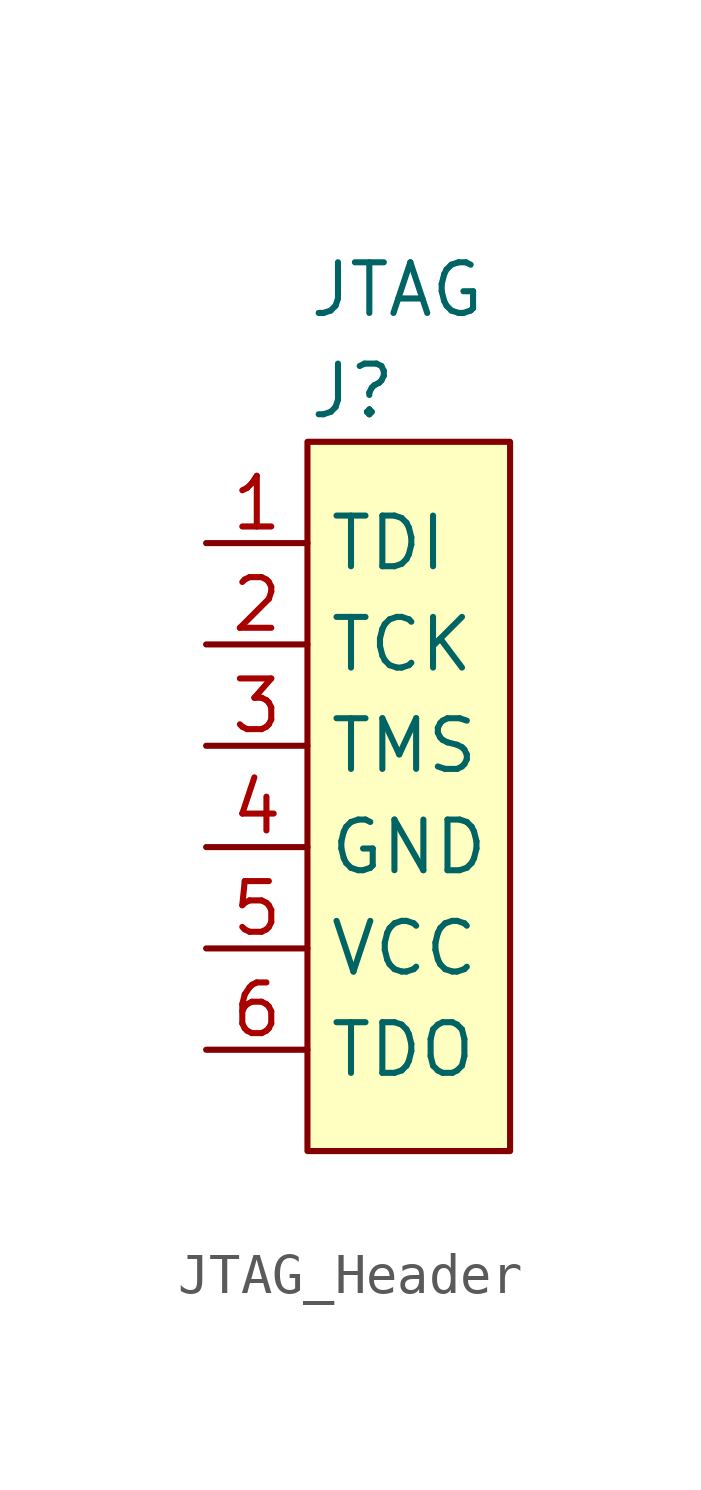
<source format=kicad_sym>
(kicad_symbol_lib
  (version 20220914)
  (generator kicad_symbol_editor)
  (symbol "JTAG_Header"
    (property "Reference" "J"
      (at -2.54 3.81 0)
      (do_not_autoplace)
      (effects (font (size 1.27 1.27)) (justify left)))
    (property "Value" "JTAG"
      (at -2.54 6.35 0)
      (do_not_autoplace)
      (effects (font (size 1.27 1.27)) (justify left)))
    (symbol "JTAG_Header_1_1"
      (rectangle (start -2.54 2.54) (end 2.54 -15.24) (stroke (width 0) (type default)) (fill (type background)))
      (pin bidirectional line (at -5.08 0 0) (length 2.54) (name "TDI" (effects (font (size 1.27 1.27)))) (number "1" (effects (font (size 1.27 1.27)))))
      (pin bidirectional line (at -5.08 -2.54 0) (length 2.54) (name "TCK" (effects (font (size 1.27 1.27)))) (number "2" (effects (font (size 1.27 1.27)))))
      (pin bidirectional line (at -5.08 -5.08 0) (length 2.54) (name "TMS" (effects (font (size 1.27 1.27)))) (number "3" (effects (font (size 1.27 1.27)))))
      (pin power_in line (at -5.08 -7.62 0) (length 2.54) (name "GND" (effects (font (size 1.27 1.27)))) (number "4" (effects (font (size 1.27 1.27)))))
      (pin power_in line (at -5.08 -10.16 0) (length 2.54) (name "VCC" (effects (font (size 1.27 1.27)))) (number "5" (effects (font (size 1.27 1.27)))))
      (pin bidirectional line (at -5.08 -12.7 0) (length 2.54) (name "TDO" (effects (font (size 1.27 1.27)))) (number "6" (effects (font (size 1.27 1.27))))))))
</source>
